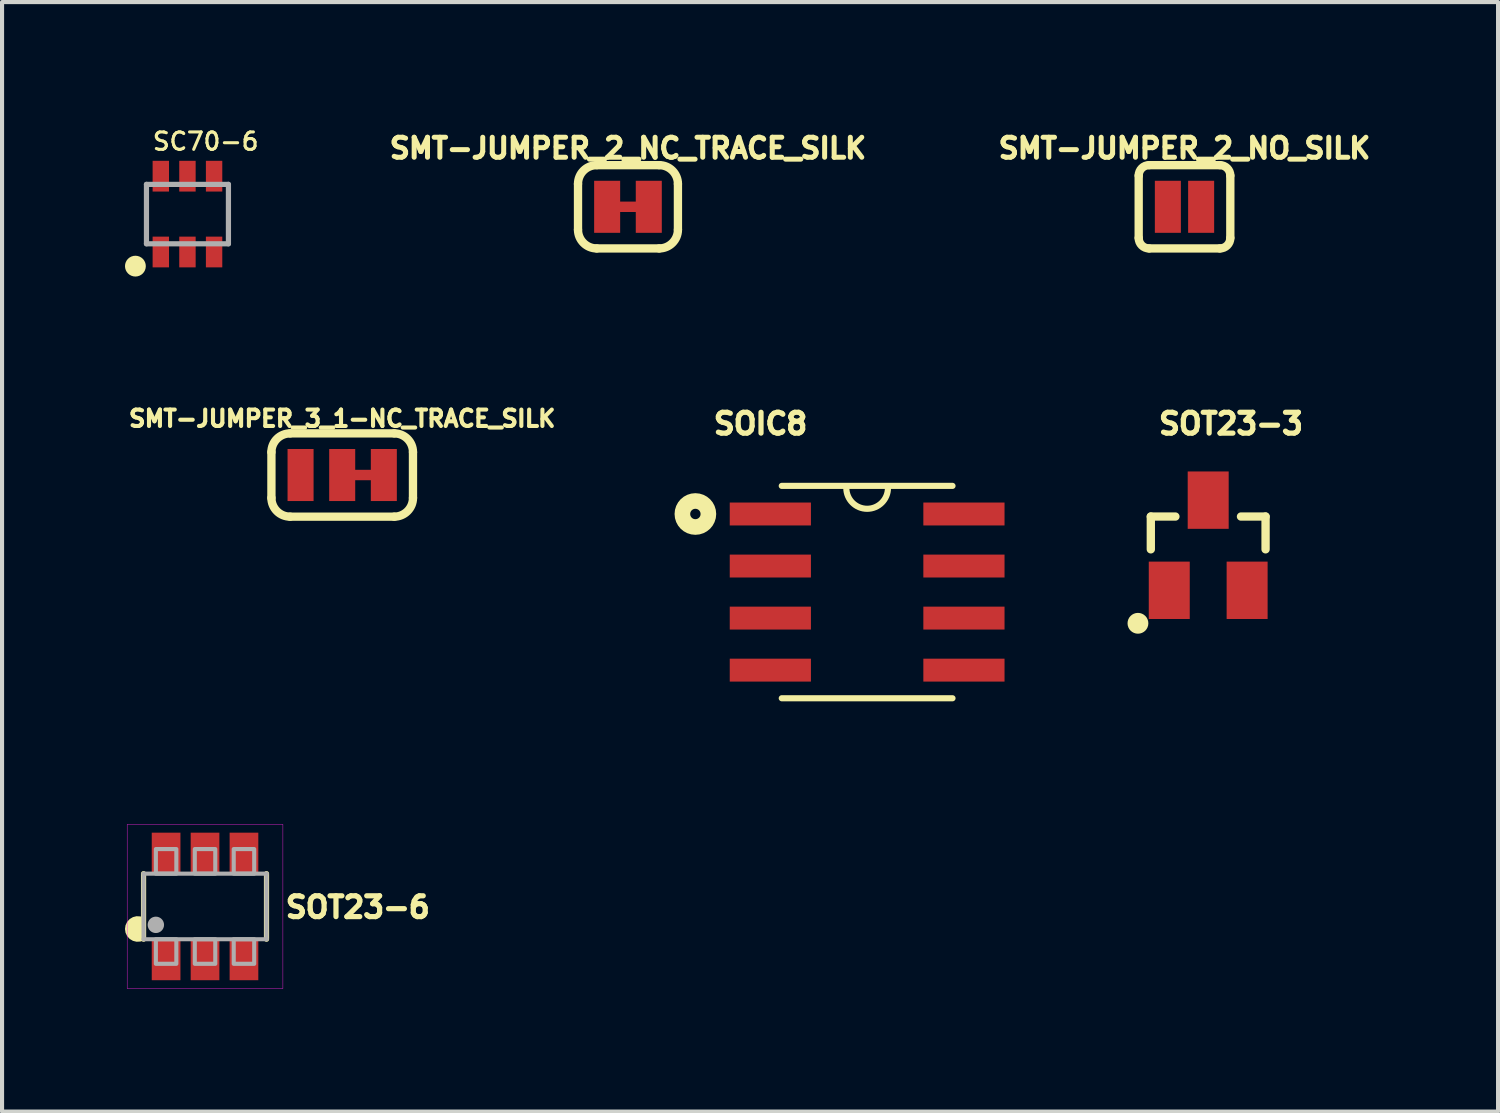
<source format=kicad_pcb>
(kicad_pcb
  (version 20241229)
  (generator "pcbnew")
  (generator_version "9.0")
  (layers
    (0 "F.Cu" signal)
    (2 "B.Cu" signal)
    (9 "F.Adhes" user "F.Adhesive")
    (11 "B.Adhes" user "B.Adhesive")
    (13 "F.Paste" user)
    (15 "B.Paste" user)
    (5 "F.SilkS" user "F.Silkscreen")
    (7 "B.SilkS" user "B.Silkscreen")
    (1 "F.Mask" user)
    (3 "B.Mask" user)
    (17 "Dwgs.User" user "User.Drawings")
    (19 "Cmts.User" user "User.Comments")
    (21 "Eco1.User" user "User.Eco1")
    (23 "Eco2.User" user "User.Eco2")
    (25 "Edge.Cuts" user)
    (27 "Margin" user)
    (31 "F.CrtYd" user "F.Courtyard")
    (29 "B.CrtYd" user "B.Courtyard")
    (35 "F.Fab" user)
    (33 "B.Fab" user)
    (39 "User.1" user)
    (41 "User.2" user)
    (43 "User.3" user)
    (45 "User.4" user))
  (footprint "SC70-6"
    (layer "F.Cu")
    (at 1.524 2.174)
    (property "Reference" "SC70-6" (at -0.889 -1.524 0) (unlocked yes) (layer "F.SilkS") (effects (font (size 0.425 0.425) (thickness 0.075)) (justify left bottom)))
    (fp_circle (center -1.27 1.27) (end -1.143 1.27) (stroke (width 0.254) (type solid)) (fill no) (layer "F.SilkS"))
    (fp_poly (pts (xy -0.85 -0.55) (xy -0.45 -0.55) (xy -0.45 -1.3) (xy -0.85 -1.3)) (stroke (width 0) (type default)) (fill yes) (layer "F.Paste"))
    (fp_poly (pts (xy -0.85 1.3) (xy -0.45 1.3) (xy -0.45 0.55) (xy -0.85 0.55)) (stroke (width 0) (type default)) (fill yes) (layer "F.Paste"))
    (fp_poly (pts (xy -0.85 1.3) (xy -0.45 1.3) (xy -0.45 0.55) (xy -0.85 0.55)) (stroke (width 0) (type default)) (fill yes) (layer "F.Paste"))
    (fp_poly (pts (xy -0.85 1.3) (xy -0.45 1.3) (xy -0.45 0.55) (xy -0.85 0.55)) (stroke (width 0) (type default)) (fill yes) (layer "F.Paste"))
    (fp_poly (pts (xy -0.201 1.3) (xy 0.199 1.3) (xy 0.199 0.55) (xy -0.201 0.55)) (stroke (width 0) (type default)) (fill yes) (layer "F.Paste"))
    (fp_poly (pts (xy -0.2 -0.55) (xy 0.2 -0.55) (xy 0.2 -1.3) (xy -0.2 -1.3)) (stroke (width 0) (type default)) (fill yes) (layer "F.Paste"))
    (fp_poly (pts (xy 0.45 -0.55) (xy 0.85 -0.55) (xy 0.85 -1.3) (xy 0.45 -1.3)) (stroke (width 0) (type default)) (fill yes) (layer "F.Paste"))
    (fp_poly (pts (xy 0.45 1.3) (xy 0.85 1.3) (xy 0.85 0.55) (xy 0.45 0.55)) (stroke (width 0) (type default)) (fill yes) (layer "F.Paste"))
    (fp_line (start -1 -0.725) (end 1 -0.725) (stroke (width 0.127) (type solid)) (layer "F.Fab"))
    (fp_line (start -1 0.725) (end -1 -0.725) (stroke (width 0.127) (type solid)) (layer "F.Fab"))
    (fp_line (start -1 0.725) (end 1 0.725) (stroke (width 0.127) (type solid)) (layer "F.Fab"))
    (fp_line (start 1 -0.725) (end 1 0.725) (stroke (width 0.127) (type solid)) (layer "F.Fab"))
    (pad "1" smd rect (at -0.65 0.925) (size 0.4 0.75) (layers "F.Cu" "F.Mask"))
    (pad "2" smd rect (at 0 0.925) (size 0.4 0.75) (layers "F.Cu" "F.Mask"))
    (pad "3" smd rect (at 0.65 0.925) (size 0.4 0.75) (layers "F.Cu" "F.Mask"))
    (pad "4" smd rect (at 0.65 -0.925) (size 0.4 0.75) (layers "F.Cu" "F.Mask"))
    (pad "5" smd rect (at 0 -0.925) (size 0.4 0.75) (layers "F.Cu" "F.Mask"))
    (pad "6" smd rect (at -0.65 -0.925) (size 0.4 0.75) (layers "F.Cu" "F.Mask")))
  (footprint "SOIC8"
    (layer "F.Cu")
    (at 18.109 11.397)
    (property "Reference" "SOIC8" (at -3.81 -3.81 0) (unlocked yes) (layer "F.SilkS") (effects (font (size 0.508 0.508) (thickness 0.127)) (justify left bottom)))
    (fp_line (start -2.083 2.591) (end 2.083 2.591) (stroke (width 0.15) (type solid)) (layer "F.SilkS"))
    (fp_line (start 2.083 -2.591) (end -2.083 -2.591) (stroke (width 0.15) (type solid)) (layer "F.SilkS"))
    (fp_arc (start 0.508 -2.54) (mid 0 -2.032) (end -0.508 -2.54) (stroke (width 0.15) (type solid)) (layer "F.SilkS"))
    (fp_circle (center -4.191 -1.905) (end -4.064 -1.905) (stroke (width 0.381) (type solid)) (fill no) (layer "F.SilkS"))
    (pad "1" smd rect (at -2.362 -1.905) (size 1.981 0.559) (layers "F.Cu" "F.Mask" "F.Paste"))
    (pad "2" smd rect (at -2.362 -0.635) (size 1.981 0.559) (layers "F.Cu" "F.Mask" "F.Paste"))
    (pad "3" smd rect (at -2.362 0.635) (size 1.981 0.559) (layers "F.Cu" "F.Mask" "F.Paste"))
    (pad "4" smd rect (at -2.362 1.905) (size 1.981 0.559) (layers "F.Cu" "F.Mask" "F.Paste"))
    (pad "5" smd rect (at 2.362 1.905) (size 1.981 0.559) (layers "F.Cu" "F.Mask" "F.Paste"))
    (pad "6" smd rect (at 2.362 0.635) (size 1.981 0.559) (layers "F.Cu" "F.Mask" "F.Paste"))
    (pad "7" smd rect (at 2.362 -0.635) (size 1.981 0.559) (layers "F.Cu" "F.Mask" "F.Paste"))
    (pad "8" smd rect (at 2.362 -1.905) (size 1.981 0.559) (layers "F.Cu" "F.Mask" "F.Paste")))
  (footprint "SMT-JUMPER_2_NC_TRACE_SILK"
    (layer "F.Cu")
    (at 12.273 1.996)
    (property "Reference" "SMT-JUMPER_2_NC_TRACE_SILK" (at 0 -1.143 0) (unlocked yes) (layer "F.SilkS") (effects (font (size 0.488 0.488) (thickness 0.122)) (justify bottom)))
    (fp_poly (pts (xy -0.203 0.127) (xy 0.203 0.127) (xy 0.203 -0.127) (xy -0.203 -0.127)) (stroke (width 0) (type default)) (fill yes) (layer "F.Cu"))
    (fp_poly (pts (xy 0.254 0.191) (xy -0.254 0.191) (xy -0.254 -0.191) (xy 0.254 -0.191)) (stroke (width 0) (type default)) (fill yes) (layer "F.Mask"))
    (fp_line (start -1.219 0.559) (end -1.219 -0.559) (stroke (width 0.203) (type solid)) (layer "F.SilkS"))
    (fp_line (start -0.762 -1.016) (end 0.762 -1.016) (stroke (width 0.203) (type solid)) (layer "F.SilkS"))
    (fp_line (start 0.762 1.016) (end -0.762 1.016) (stroke (width 0.203) (type solid)) (layer "F.SilkS"))
    (fp_line (start 1.219 0.559) (end 1.219 -0.559) (stroke (width 0.203) (type solid)) (layer "F.SilkS"))
    (fp_arc (start -1.2192 -0.5588) (mid -1.085289 -0.882089) (end -0.762 -1.016) (stroke (width 0.2032) (type solid)) (layer "F.SilkS"))
    (fp_arc (start -0.762 1.016) (mid -1.085289 0.882089) (end -1.2192 0.5588) (stroke (width 0.2032) (type solid)) (layer "F.SilkS"))
    (fp_arc (start 0.762 -1.016) (mid 1.085289 -0.882089) (end 1.2192 -0.5588) (stroke (width 0.2032) (type solid)) (layer "F.SilkS"))
    (fp_arc (start 1.2192 0.5588) (mid 1.085289 0.882089) (end 0.762 1.016) (stroke (width 0.2032) (type solid)) (layer "F.SilkS"))
    (pad "1" smd rect (at -0.508 0) (size 0.635 1.27) (layers "F.Cu" "F.Mask"))
    (pad "2" smd rect (at 0.508 0) (size 0.635 1.27) (layers "F.Cu" "F.Mask")))
  (footprint "SOT23-6"
    (layer "F.Cu")
    (at 1.953 19.068)
    (property "Reference" "SOT23-6" (at 1.902 0.317 0) (unlocked yes) (layer "F.SilkS") (effects (font (size 0.508 0.508) (thickness 0.127)) (justify left bottom)))
    (fp_poly (pts (xy -0.53 -1.865) (xy -1.37 -1.865) (xy -1.37 -0.735) (xy -0.53 -0.735)) (stroke (width 0) (type default)) (fill yes) (layer "F.Mask"))
    (fp_poly (pts (xy -0.53 0.735) (xy -1.37 0.735) (xy -1.37 1.865) (xy -0.53 1.865)) (stroke (width 0) (type default)) (fill yes) (layer "F.Mask"))
    (fp_poly (pts (xy 0.42 -1.865) (xy -0.42 -1.865) (xy -0.42 -0.735) (xy 0.42 -0.735)) (stroke (width 0) (type default)) (fill yes) (layer "F.Mask"))
    (fp_poly (pts (xy 0.42 0.735) (xy -0.42 0.735) (xy -0.42 1.865) (xy 0.42 1.865)) (stroke (width 0) (type default)) (fill yes) (layer "F.Mask"))
    (fp_poly (pts (xy 1.37 -1.865) (xy 0.53 -1.865) (xy 0.53 -0.735) (xy 1.37 -0.735)) (stroke (width 0) (type default)) (fill yes) (layer "F.Mask"))
    (fp_poly (pts (xy 1.37 0.735) (xy 0.53 0.735) (xy 0.53 1.865) (xy 1.37 1.865)) (stroke (width 0) (type default)) (fill yes) (layer "F.Mask"))
    (fp_line (start -1.5 0.8) (end -1.5 -0.8) (stroke (width 0.127) (type solid)) (layer "F.SilkS"))
    (fp_line (start 1.5 -0.8) (end 1.5 0.8) (stroke (width 0.127) (type solid)) (layer "F.SilkS"))
    (fp_arc (start -1.61 0.7) (mid -1.792971 0.55) (end -1.61 0.4) (stroke (width 0.32) (type solid)) (layer "F.SilkS"))
    (fp_line (start -1.9 -2) (end -1.9 2) (stroke (width 0.01) (type solid)) (layer "F.CrtYd"))
    (fp_line (start -1.9 2) (end 1.9 2) (stroke (width 0.01) (type solid)) (layer "F.CrtYd"))
    (fp_line (start 1.9 -2) (end -1.9 -2) (stroke (width 0.01) (type solid)) (layer "F.CrtYd"))
    (fp_line (start 1.9 2) (end 1.9 -2) (stroke (width 0.01) (type solid)) (layer "F.CrtYd"))
    (fp_line (start -1.5 -0.8) (end 1.5 -0.8) (stroke (width 0.1) (type solid)) (layer "F.Fab"))
    (fp_line (start -1.5 0.8) (end -1.5 -0.8) (stroke (width 0.1) (type solid)) (layer "F.Fab"))
    (fp_line (start 1.5 -0.8) (end 1.5 0.8) (stroke (width 0.1) (type solid)) (layer "F.Fab"))
    (fp_line (start 1.5 0.8) (end -1.5 0.8) (stroke (width 0.1) (type solid)) (layer "F.Fab"))
    (fp_circle (center -1.2 0.449) (end -1.1 0.449) (stroke (width 0.2) (type solid)) (fill no) (layer "F.Fab"))
    (fp_poly (pts (xy -1.2 -0.8) (xy -0.7 -0.8) (xy -0.7 -1.4) (xy -1.2 -1.4)) (stroke (width 0.1) (type default)) (fill no) (layer "F.Fab"))
    (fp_poly (pts (xy -1.2 1.4) (xy -0.7 1.4) (xy -0.7 0.8) (xy -1.2 0.8)) (stroke (width 0.1) (type default)) (fill no) (layer "F.Fab"))
    (fp_poly (pts (xy -0.25 -0.8) (xy 0.25 -0.8) (xy 0.25 -1.4) (xy -0.25 -1.4)) (stroke (width 0.1) (type default)) (fill no) (layer "F.Fab"))
    (fp_poly (pts (xy -0.25 1.4) (xy 0.25 1.4) (xy 0.25 0.8) (xy -0.25 0.8)) (stroke (width 0.1) (type default)) (fill no) (layer "F.Fab"))
    (fp_poly (pts (xy 0.7 -0.8) (xy 1.2 -0.8) (xy 1.2 -1.4) (xy 0.7 -1.4)) (stroke (width 0.1) (type default)) (fill no) (layer "F.Fab"))
    (fp_poly (pts (xy 0.7 1.4) (xy 1.2 1.4) (xy 1.2 0.8) (xy 0.7 0.8)) (stroke (width 0.1) (type default)) (fill no) (layer "F.Fab"))
    (pad "1" smd rect (at -0.95 1.3) (size 0.7 1) (layers "F.Cu" "F.Paste"))
    (pad "2" smd rect (at 0 1.3) (size 0.7 1) (layers "F.Cu" "F.Paste"))
    (pad "3" smd rect (at 0.95 1.3) (size 0.7 1) (layers "F.Cu" "F.Paste"))
    (pad "4" smd rect (at 0.95 -1.3) (size 0.7 1) (layers "F.Cu" "F.Paste"))
    (pad "5" smd rect (at 0 -1.3) (size 0.7 1) (layers "F.Cu" "F.Paste"))
    (pad "6" smd rect (at -0.95 -1.3) (size 0.7 1) (layers "F.Cu" "F.Paste")))
  (footprint "SOT23-3"
    (layer "F.Cu")
    (at 26.431 10.254)
    (property "Reference" "SOT23-3" (at -1.27 -2.667 0) (unlocked yes) (layer "F.SilkS") (effects (font (size 0.508 0.508) (thickness 0.127)) (justify left bottom)))
    (fp_line (start -1.4 -0.7) (end -1.4 0.1) (stroke (width 0.203) (type solid)) (layer "F.SilkS"))
    (fp_line (start -0.8 -0.7) (end -1.4 -0.7) (stroke (width 0.203) (type solid)) (layer "F.SilkS"))
    (fp_line (start 0.8 -0.7) (end 1.4 -0.7) (stroke (width 0.203) (type solid)) (layer "F.SilkS"))
    (fp_line (start 1.4 -0.7) (end 1.4 0.1) (stroke (width 0.203) (type solid)) (layer "F.SilkS"))
    (fp_circle (center -1.714 1.905) (end -1.587 1.905) (stroke (width 0.254) (type solid)) (fill no) (layer "F.SilkS"))
    (pad "1" smd rect (at -0.95 1.1) (size 1 1.4) (layers "F.Cu" "F.Mask" "F.Paste"))
    (pad "2" smd rect (at 0.95 1.1) (size 1 1.4) (layers "F.Cu" "F.Mask" "F.Paste"))
    (pad "3" smd rect (at 0 -1.1) (size 1 1.4) (layers "F.Cu" "F.Mask" "F.Paste")))
  (footprint "SMT-JUMPER_3_1-NC_TRACE_SILK"
    (layer "F.Cu")
    (at 5.3 8.541)
    (property "Reference" "SMT-JUMPER_3_1-NC_TRACE_SILK" (at 0 -1.143 0) (unlocked yes) (layer "F.SilkS") (effects (font (size 0.4 0.4) (thickness 0.1)) (justify bottom)))
    (fp_poly (pts (xy 0.305 0.127) (xy 0.711 0.127) (xy 0.711 -0.127) (xy 0.305 -0.127)) (stroke (width 0) (type default)) (fill yes) (layer "F.Cu"))
    (fp_poly (pts (xy 0.762 0.191) (xy 0.254 0.191) (xy 0.254 -0.191) (xy 0.762 -0.191)) (stroke (width 0) (type default)) (fill yes) (layer "F.Mask"))
    (fp_line (start -1.727 0.559) (end -1.727 -0.559) (stroke (width 0.203) (type solid)) (layer "F.SilkS"))
    (fp_line (start -1.27 -1.016) (end 1.27 -1.016) (stroke (width 0.203) (type solid)) (layer "F.SilkS"))
    (fp_line (start 1.27 1.016) (end -1.27 1.016) (stroke (width 0.203) (type solid)) (layer "F.SilkS"))
    (fp_line (start 1.727 0.559) (end 1.727 -0.559) (stroke (width 0.203) (type solid)) (layer "F.SilkS"))
    (fp_arc (start -1.7272 -0.5588) (mid -1.593289 -0.882089) (end -1.27 -1.016) (stroke (width 0.2032) (type solid)) (layer "F.SilkS"))
    (fp_arc (start -1.27 1.016) (mid -1.593289 0.882089) (end -1.7272 0.5588) (stroke (width 0.2032) (type solid)) (layer "F.SilkS"))
    (fp_arc (start 1.27 -1.016) (mid 1.593289 -0.882089) (end 1.7272 -0.5588) (stroke (width 0.2032) (type solid)) (layer "F.SilkS"))
    (fp_arc (start 1.7272 0.5588) (mid 1.593289 0.882089) (end 1.27 1.016) (stroke (width 0.2032) (type solid)) (layer "F.SilkS"))
    (pad "1" smd rect (at -1.016 0) (size 0.635 1.27) (layers "F.Cu" "F.Mask"))
    (pad "2" smd rect (at 0 0) (size 0.635 1.27) (layers "F.Cu" "F.Mask"))
    (pad "3" smd rect (at 1.016 0) (size 0.635 1.27) (layers "F.Cu" "F.Mask")))
  (footprint "SMT-JUMPER_2_NO_SILK"
    (layer "F.Cu")
    (at 25.853 1.996)
    (property "Reference" "SMT-JUMPER_2_NO_SILK" (at 0 -1.143 0) (unlocked yes) (layer "F.SilkS") (effects (font (size 0.488 0.488) (thickness 0.122)) (justify bottom)))
    (fp_line (start -1.118 0.762) (end -1.118 -0.762) (stroke (width 0.203) (type solid)) (layer "F.SilkS"))
    (fp_line (start -0.864 -1.016) (end 0.864 -1.016) (stroke (width 0.203) (type solid)) (layer "F.SilkS"))
    (fp_line (start 0.864 1.016) (end -0.864 1.016) (stroke (width 0.203) (type solid)) (layer "F.SilkS"))
    (fp_line (start 1.118 0.762) (end 1.118 -0.762) (stroke (width 0.203) (type solid)) (layer "F.SilkS"))
    (fp_arc (start -1.1176 -0.762) (mid -1.043205 -0.941605) (end -0.8636 -1.016) (stroke (width 0.2032) (type solid)) (layer "F.SilkS"))
    (fp_arc (start -0.8636 1.016) (mid -1.043205 0.941605) (end -1.1176 0.762) (stroke (width 0.2032) (type solid)) (layer "F.SilkS"))
    (fp_arc (start 0.8636 -1.016) (mid 1.043205 -0.941605) (end 1.1176 -0.762) (stroke (width 0.2032) (type solid)) (layer "F.SilkS"))
    (fp_arc (start 1.1176 0.762) (mid 1.043205 0.941605) (end 0.8636 1.016) (stroke (width 0.2032) (type solid)) (layer "F.SilkS"))
    (pad "1" smd rect (at -0.406 0) (size 0.635 1.27) (layers "F.Cu" "F.Mask"))
    (pad "2" smd rect (at 0.406 0) (size 0.635 1.27) (layers "F.Cu" "F.Mask")))
  (gr_rect
    (start -3 -3)
    (end 33.504 24.073)
    (stroke (width 0.1) (type default))
    (fill no)
    (layer "Edge.Cuts")))
</source>
